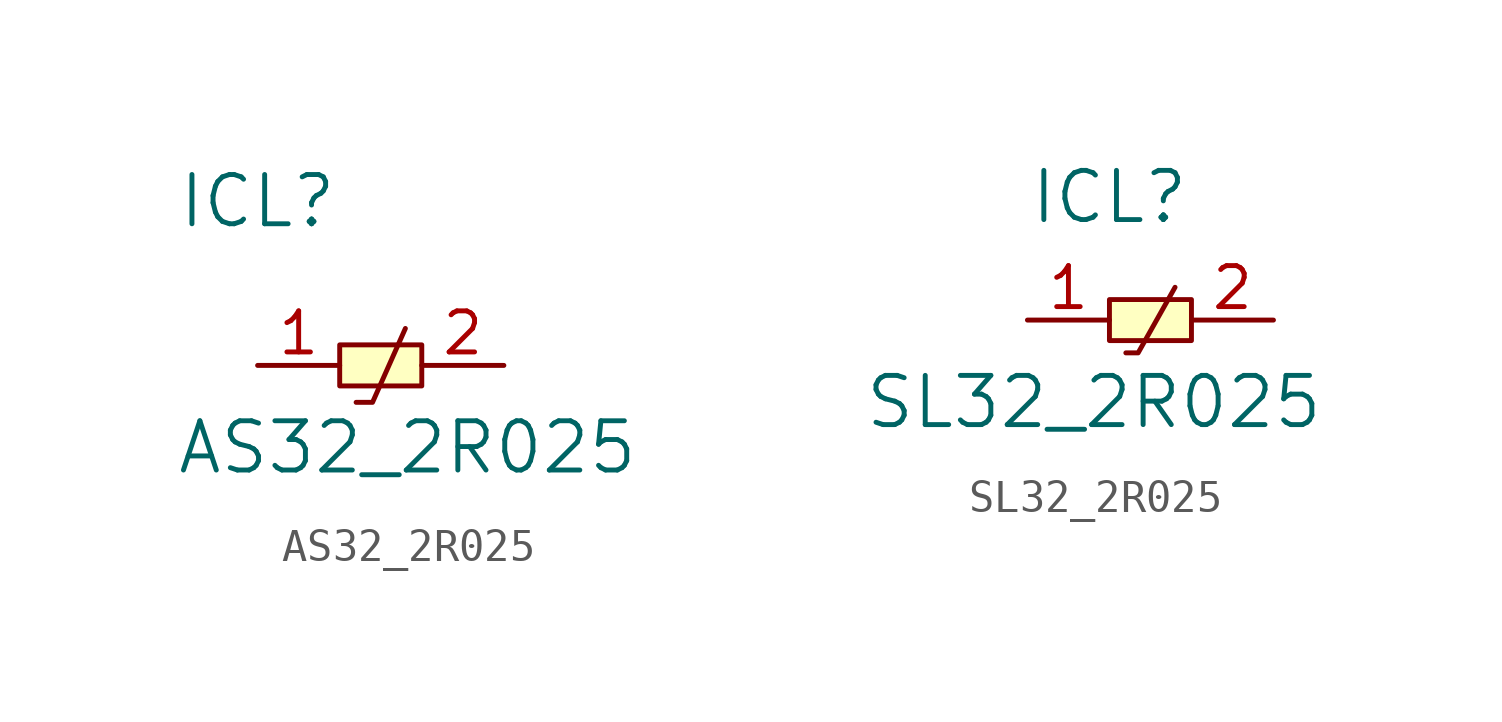
<source format=kicad_sym>
(kicad_symbol_lib
  (version 20231120)
  (generator "kicad_symbol_editor")
  (generator_version "8.0")
  (symbol "AS32_2R025"
    (pin_names
      (offset 1.016))
    (property "Reference" "ICL"
      (at -2.54 5.08 0)
      (effects (font (size 1.524 1.524))))
    (property "Value" "AS32_2R025"
      (at -5.08 -2.54 0)
      (effects (font (size 1.524 1.524)) (justify left)))
    (symbol "AS32_2R025_0_1"
      (polyline (pts (xy 0.508 -1.143) (xy 1.016 -1.143) (xy 2.032 1.143)) (stroke (width 0) (type solid)) (fill (type none)))
      (rectangle (start 2.54 -0.635) (end 0 0.635) (stroke (width 0) (type solid)) (fill (type background))))
    (symbol "AS32_2R025_1_1"
      (pin power_in line (at -2.54 0 0) (length 2.54) (name "~" (effects (font (size 1.27 1.27)))) (number "1" (effects (font (size 1.27 1.27)))))
      (pin power_in line (at 5.08 0 180) (length 2.54) (name "~" (effects (font (size 1.27 1.27)))) (number "2" (effects (font (size 1.27 1.27)))))))
  (symbol "SL32_2R025"
    (pin_names
      (offset 1.016))
    (property "Reference" "ICL"
      (at 0 3.81 0)
      (effects (font (size 1.524 1.524))))
    (property "Value" "SL32_2R025"
      (at -7.62 -2.54 0)
      (effects (font (size 1.524 1.524)) (justify left)))
    (symbol "SL32_2R025_0_1"
      (polyline (pts (xy 0.508 -1.016) (xy 0.889 -1.016) (xy 2.032 1.016)) (stroke (width 0) (type solid)) (fill (type none)))
      (rectangle (start 0 0.635) (end 2.54 -0.635) (stroke (width 0) (type solid)) (fill (type background))))
    (symbol "SL32_2R025_1_1"
      (pin power_in line (at -2.54 0 0) (length 2.54) (name "~" (effects (font (size 1.27 1.27)))) (number "1" (effects (font (size 1.27 1.27)))))
      (pin power_in line (at 5.08 0 180) (length 2.54) (name "~" (effects (font (size 1.27 1.27)))) (number "2" (effects (font (size 1.27 1.27))))))))
</source>
